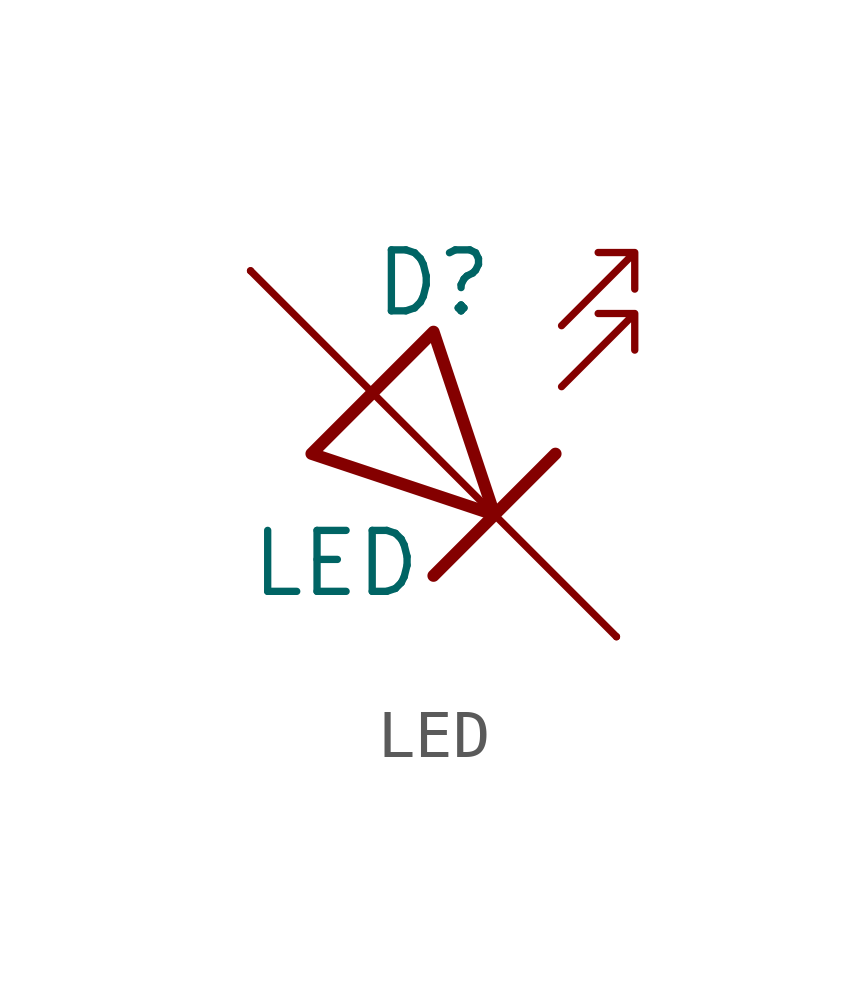
<source format=kicad_sym>
(kicad_symbol_lib
  (version 20241209)
  (generator "kicad_symbol_editor")
  (generator_version "9.0")
  (symbol "LED"
    (pin_numbers
      (hide yes))
    (pin_names
      (offset 1.016)
      (hide yes))
    (property "Reference" "D"
      (at 0 3.556 0)
      (effects (font (size 1.27 1.27))))
    (property "Value" "LED"
      (at -2.032 -2.286 0)
      (effects (font (size 1.27 1.27))))
    (symbol "LED_0_1"
      (polyline (pts (xy -3.81 3.81) (xy 3.81 -3.81)) (stroke (width 0) (type default)) (fill (type none)))
      (polyline (pts (xy 2.54 0) (xy 0 -2.54)) (stroke (width 0.254) (type default)) (fill (type none)))
      (polyline (pts (xy 2.667 2.667) (xy 4.191 4.191) (xy 4.191 3.429) (xy 4.191 4.191) (xy 3.429 4.191)) (stroke (width 0) (type default)) (fill (type none)))
      (polyline (pts (xy 2.667 1.397) (xy 4.191 2.921) (xy 4.191 2.159) (xy 4.191 2.921) (xy 3.429 2.921)) (stroke (width 0) (type default)) (fill (type none))))
    (symbol "LED_1_1"
      (polyline (pts (xy 1.27 -1.27) (xy 0 2.54) (xy -2.54 0) (xy 1.27 -1.27)) (stroke (width 0.254) (type solid)) (fill (type none)))
      (pin passive line (at -3.81 3.81 0) (length 0) (name "A" (effects (font (size 1.27 1.27)))) (number "2" (effects (font (size 1.27 1.27)))))
      (pin passive line (at 3.81 -3.81 0) (length 0) (name "K" (effects (font (size 1.27 1.27)))) (number "1" (effects (font (size 1.27 1.27))))))))
</source>
